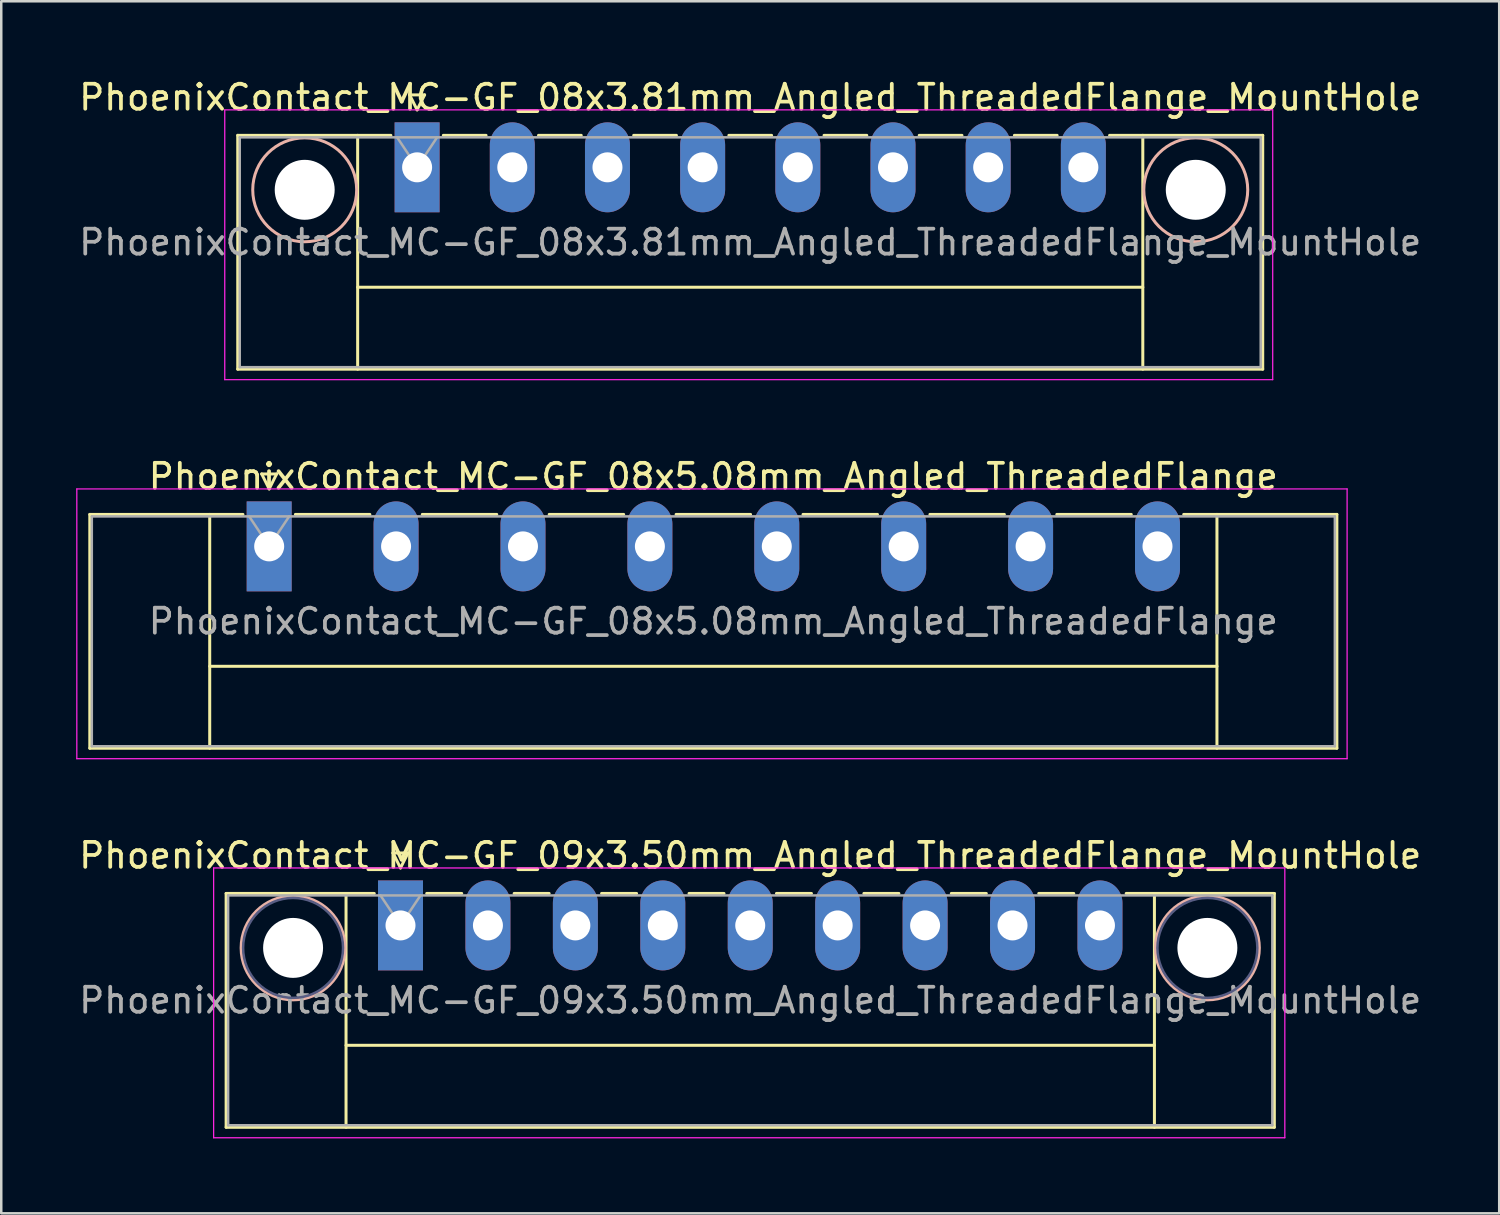
<source format=kicad_pcb>
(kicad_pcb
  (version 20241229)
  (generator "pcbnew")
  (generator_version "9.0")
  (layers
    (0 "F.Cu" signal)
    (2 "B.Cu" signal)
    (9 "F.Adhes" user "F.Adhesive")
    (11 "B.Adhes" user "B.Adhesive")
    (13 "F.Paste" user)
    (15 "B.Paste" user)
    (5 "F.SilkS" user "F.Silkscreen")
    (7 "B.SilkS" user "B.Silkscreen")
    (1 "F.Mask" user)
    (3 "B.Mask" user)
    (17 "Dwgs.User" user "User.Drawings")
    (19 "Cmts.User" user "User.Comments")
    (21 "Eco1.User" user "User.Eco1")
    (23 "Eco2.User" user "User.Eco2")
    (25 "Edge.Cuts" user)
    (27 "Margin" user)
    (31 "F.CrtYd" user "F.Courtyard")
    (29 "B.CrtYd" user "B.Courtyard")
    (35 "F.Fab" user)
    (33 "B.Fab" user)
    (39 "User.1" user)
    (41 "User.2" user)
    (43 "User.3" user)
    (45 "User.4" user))
  (footprint "PhoenixContact_MC-GF_08x3.81mm_Angled_ThreadedFlange_MountHole"
    (layer "F.Cu")
    (at 13.647 3.648)
    (property "Reference" "PhoenixContact_MC-GF_08x3.81mm_Angled_ThreadedFlange_MountHole" (at 13.335 -2.8 0) (layer "F.SilkS") (effects (font (size 1 1) (thickness 0.15))))
    (attr through_hole)
    (fp_line (start -7.18 -1.28) (end -7.18 8.08) (stroke (width 0.12) (type solid)) (layer "F.SilkS"))
    (fp_line (start -7.18 -1.28) (end -1.05 -1.28) (stroke (width 0.12) (type solid)) (layer "F.SilkS"))
    (fp_line (start -7.18 8.08) (end 33.85 8.08) (stroke (width 0.12) (type solid)) (layer "F.SilkS"))
    (fp_line (start -2.38 -1.28) (end -2.38 8.08) (stroke (width 0.12) (type solid)) (layer "F.SilkS"))
    (fp_line (start -2.38 4.8) (end 29.05 4.8) (stroke (width 0.12) (type solid)) (layer "F.SilkS"))
    (fp_line (start -0.3 -2.9) (end 0.3 -2.9) (stroke (width 0.12) (type solid)) (layer "F.SilkS"))
    (fp_line (start 0 -2.3) (end -0.3 -2.9) (stroke (width 0.12) (type solid)) (layer "F.SilkS"))
    (fp_line (start 0.3 -2.9) (end 0 -2.3) (stroke (width 0.12) (type solid)) (layer "F.SilkS"))
    (fp_line (start 1.05 -1.28) (end 2.76 -1.28) (stroke (width 0.12) (type solid)) (layer "F.SilkS"))
    (fp_line (start 4.86 -1.28) (end 6.57 -1.28) (stroke (width 0.12) (type solid)) (layer "F.SilkS"))
    (fp_line (start 8.67 -1.28) (end 10.38 -1.28) (stroke (width 0.12) (type solid)) (layer "F.SilkS"))
    (fp_line (start 12.48 -1.28) (end 14.19 -1.28) (stroke (width 0.12) (type solid)) (layer "F.SilkS"))
    (fp_line (start 16.29 -1.28) (end 18 -1.28) (stroke (width 0.12) (type solid)) (layer "F.SilkS"))
    (fp_line (start 20.1 -1.28) (end 21.81 -1.28) (stroke (width 0.12) (type solid)) (layer "F.SilkS"))
    (fp_line (start 23.91 -1.28) (end 25.62 -1.28) (stroke (width 0.12) (type solid)) (layer "F.SilkS"))
    (fp_line (start 29.05 -1.28) (end 29.05 8.08) (stroke (width 0.12) (type solid)) (layer "F.SilkS"))
    (fp_line (start 33.85 -1.28) (end 27.72 -1.28) (stroke (width 0.12) (type solid)) (layer "F.SilkS"))
    (fp_line (start 33.85 8.08) (end 33.85 -1.28) (stroke (width 0.12) (type solid)) (layer "F.SilkS"))
    (fp_circle (center -4.5 0.9) (end -2.42 0.9) (stroke (width 0.12) (type solid)) (fill no) (layer "B.SilkS"))
    (fp_circle (center 31.17 0.9) (end 33.25 0.9) (stroke (width 0.12) (type solid)) (fill no) (layer "B.SilkS"))
    (fp_line (start -7.7 -2.3) (end -7.7 8.5) (stroke (width 0.05) (type solid)) (layer "F.CrtYd"))
    (fp_line (start -7.7 8.5) (end 34.25 8.5) (stroke (width 0.05) (type solid)) (layer "F.CrtYd"))
    (fp_line (start 34.25 -2.3) (end -7.7 -2.3) (stroke (width 0.05) (type solid)) (layer "F.CrtYd"))
    (fp_line (start 34.25 8.5) (end 34.25 -2.3) (stroke (width 0.05) (type solid)) (layer "F.CrtYd"))
    (fp_line (start -7.1 -1.2) (end -7.1 8) (stroke (width 0.1) (type solid)) (layer "F.Fab"))
    (fp_line (start -7.1 8) (end 33.77 8) (stroke (width 0.1) (type solid)) (layer "F.Fab"))
    (fp_line (start 0 0) (end -0.8 -1.2) (stroke (width 0.1) (type solid)) (layer "F.Fab"))
    (fp_line (start 0.8 -1.2) (end 0 0) (stroke (width 0.1) (type solid)) (layer "F.Fab"))
    (fp_line (start 33.77 -1.2) (end -7.1 -1.2) (stroke (width 0.1) (type solid)) (layer "F.Fab"))
    (fp_line (start 33.77 8) (end 33.77 -1.2) (stroke (width 0.1) (type solid)) (layer "F.Fab"))
    (fp_text user "${REFERENCE}" (at 13.335 3 0) (layer "F.Fab") (effects (font (size 1 1) (thickness 0.15))))
    (pad "" np_thru_hole circle (at -4.5 0.9) (size 2.4 2.4) (drill 2.4) (layers "*.Cu" "*.Mask"))
    (pad "" np_thru_hole circle (at 31.17 0.9) (size 2.4 2.4) (drill 2.4) (layers "*.Cu" "*.Mask"))
    (pad "1" thru_hole rect (at 0 0) (size 1.8 3.6) (drill 1.2) (layers "*.Cu" "*.Mask"))
    (pad "2" thru_hole oval (at 3.81 0) (size 1.8 3.6) (drill 1.2) (layers "*.Cu" "*.Mask"))
    (pad "3" thru_hole oval (at 7.62 0) (size 1.8 3.6) (drill 1.2) (layers "*.Cu" "*.Mask"))
    (pad "4" thru_hole oval (at 11.43 0) (size 1.8 3.6) (drill 1.2) (layers "*.Cu" "*.Mask"))
    (pad "5" thru_hole oval (at 15.24 0) (size 1.8 3.6) (drill 1.2) (layers "*.Cu" "*.Mask"))
    (pad "6" thru_hole oval (at 19.05 0) (size 1.8 3.6) (drill 1.2) (layers "*.Cu" "*.Mask"))
    (pad "7" thru_hole oval (at 22.86 0) (size 1.8 3.6) (drill 1.2) (layers "*.Cu" "*.Mask"))
    (pad "8" thru_hole oval (at 26.67 0) (size 1.8 3.6) (drill 1.2) (layers "*.Cu" "*.Mask")))
  (footprint "PhoenixContact_MC-GF_08x5.08mm_Angled_ThreadedFlange"
    (layer "F.Cu")
    (at 7.725 18.822)
    (property "Reference" "PhoenixContact_MC-GF_08x5.08mm_Angled_ThreadedFlange" (at 17.78 -2.8 0) (layer "F.SilkS") (effects (font (size 1 1) (thickness 0.15))))
    (attr through_hole)
    (fp_line (start -7.18 -1.28) (end -7.18 8.08) (stroke (width 0.12) (type solid)) (layer "F.SilkS"))
    (fp_line (start -7.18 -1.28) (end -1.05 -1.28) (stroke (width 0.12) (type solid)) (layer "F.SilkS"))
    (fp_line (start -7.18 8.08) (end 42.74 8.08) (stroke (width 0.12) (type solid)) (layer "F.SilkS"))
    (fp_line (start -2.38 -1.28) (end -2.38 8.08) (stroke (width 0.12) (type solid)) (layer "F.SilkS"))
    (fp_line (start -2.38 4.8) (end 37.94 4.8) (stroke (width 0.12) (type solid)) (layer "F.SilkS"))
    (fp_line (start -0.3 -2.9) (end 0.3 -2.9) (stroke (width 0.12) (type solid)) (layer "F.SilkS"))
    (fp_line (start 0 -2.3) (end -0.3 -2.9) (stroke (width 0.12) (type solid)) (layer "F.SilkS"))
    (fp_line (start 0.3 -2.9) (end 0 -2.3) (stroke (width 0.12) (type solid)) (layer "F.SilkS"))
    (fp_line (start 1.05 -1.28) (end 4.03 -1.28) (stroke (width 0.12) (type solid)) (layer "F.SilkS"))
    (fp_line (start 6.13 -1.28) (end 9.11 -1.28) (stroke (width 0.12) (type solid)) (layer "F.SilkS"))
    (fp_line (start 11.21 -1.28) (end 14.19 -1.28) (stroke (width 0.12) (type solid)) (layer "F.SilkS"))
    (fp_line (start 16.29 -1.28) (end 19.27 -1.28) (stroke (width 0.12) (type solid)) (layer "F.SilkS"))
    (fp_line (start 21.37 -1.28) (end 24.35 -1.28) (stroke (width 0.12) (type solid)) (layer "F.SilkS"))
    (fp_line (start 26.45 -1.28) (end 29.43 -1.28) (stroke (width 0.12) (type solid)) (layer "F.SilkS"))
    (fp_line (start 31.53 -1.28) (end 34.51 -1.28) (stroke (width 0.12) (type solid)) (layer "F.SilkS"))
    (fp_line (start 37.94 -1.28) (end 37.94 8.08) (stroke (width 0.12) (type solid)) (layer "F.SilkS"))
    (fp_line (start 42.74 -1.28) (end 36.61 -1.28) (stroke (width 0.12) (type solid)) (layer "F.SilkS"))
    (fp_line (start 42.74 8.08) (end 42.74 -1.28) (stroke (width 0.12) (type solid)) (layer "F.SilkS"))
    (fp_line (start -7.7 -2.3) (end -7.7 8.5) (stroke (width 0.05) (type solid)) (layer "F.CrtYd"))
    (fp_line (start -7.7 8.5) (end 43.15 8.5) (stroke (width 0.05) (type solid)) (layer "F.CrtYd"))
    (fp_line (start 43.15 -2.3) (end -7.7 -2.3) (stroke (width 0.05) (type solid)) (layer "F.CrtYd"))
    (fp_line (start 43.15 8.5) (end 43.15 -2.3) (stroke (width 0.05) (type solid)) (layer "F.CrtYd"))
    (fp_line (start -7.1 -1.2) (end -7.1 8) (stroke (width 0.1) (type solid)) (layer "F.Fab"))
    (fp_line (start -7.1 8) (end 42.66 8) (stroke (width 0.1) (type solid)) (layer "F.Fab"))
    (fp_line (start 0 0) (end -0.8 -1.2) (stroke (width 0.1) (type solid)) (layer "F.Fab"))
    (fp_line (start 0.8 -1.2) (end 0 0) (stroke (width 0.1) (type solid)) (layer "F.Fab"))
    (fp_line (start 42.66 -1.2) (end -7.1 -1.2) (stroke (width 0.1) (type solid)) (layer "F.Fab"))
    (fp_line (start 42.66 8) (end 42.66 -1.2) (stroke (width 0.1) (type solid)) (layer "F.Fab"))
    (fp_text user "${REFERENCE}" (at 17.78 3 0) (layer "F.Fab") (effects (font (size 1 1) (thickness 0.15))))
    (pad "1" thru_hole rect (at 0 0) (size 1.8 3.6) (drill 1.2) (layers "*.Cu" "*.Mask"))
    (pad "2" thru_hole oval (at 5.08 0) (size 1.8 3.6) (drill 1.2) (layers "*.Cu" "*.Mask"))
    (pad "3" thru_hole oval (at 10.16 0) (size 1.8 3.6) (drill 1.2) (layers "*.Cu" "*.Mask"))
    (pad "4" thru_hole oval (at 15.24 0) (size 1.8 3.6) (drill 1.2) (layers "*.Cu" "*.Mask"))
    (pad "5" thru_hole oval (at 20.32 0) (size 1.8 3.6) (drill 1.2) (layers "*.Cu" "*.Mask"))
    (pad "6" thru_hole oval (at 25.4 0) (size 1.8 3.6) (drill 1.2) (layers "*.Cu" "*.Mask"))
    (pad "7" thru_hole oval (at 30.48 0) (size 1.8 3.6) (drill 1.2) (layers "*.Cu" "*.Mask"))
    (pad "8" thru_hole oval (at 35.56 0) (size 1.8 3.6) (drill 1.2) (layers "*.Cu" "*.Mask")))
  (footprint "PhoenixContact_MC-GF_09x3.50mm_Angled_ThreadedFlange_MountHole"
    (layer "F.Cu")
    (at 12.982 33.995)
    (property "Reference" "PhoenixContact_MC-GF_09x3.50mm_Angled_ThreadedFlange_MountHole" (at 14 -2.8 0) (layer "F.SilkS") (effects (font (size 1 1) (thickness 0.15))))
    (attr through_hole)
    (fp_line (start -6.98 -1.28) (end -6.98 8.08) (stroke (width 0.12) (type solid)) (layer "F.SilkS"))
    (fp_line (start -6.98 -1.28) (end -1.05 -1.28) (stroke (width 0.12) (type solid)) (layer "F.SilkS"))
    (fp_line (start -6.98 8.08) (end 34.98 8.08) (stroke (width 0.12) (type solid)) (layer "F.SilkS"))
    (fp_line (start -2.18 -1.28) (end -2.18 8.08) (stroke (width 0.12) (type solid)) (layer "F.SilkS"))
    (fp_line (start -2.18 4.8) (end 30.18 4.8) (stroke (width 0.12) (type solid)) (layer "F.SilkS"))
    (fp_line (start -0.3 -2.9) (end 0.3 -2.9) (stroke (width 0.12) (type solid)) (layer "F.SilkS"))
    (fp_line (start 0 -2.3) (end -0.3 -2.9) (stroke (width 0.12) (type solid)) (layer "F.SilkS"))
    (fp_line (start 0.3 -2.9) (end 0 -2.3) (stroke (width 0.12) (type solid)) (layer "F.SilkS"))
    (fp_line (start 1.05 -1.28) (end 2.45 -1.28) (stroke (width 0.12) (type solid)) (layer "F.SilkS"))
    (fp_line (start 4.55 -1.28) (end 5.95 -1.28) (stroke (width 0.12) (type solid)) (layer "F.SilkS"))
    (fp_line (start 8.05 -1.28) (end 9.45 -1.28) (stroke (width 0.12) (type solid)) (layer "F.SilkS"))
    (fp_line (start 11.55 -1.28) (end 12.95 -1.28) (stroke (width 0.12) (type solid)) (layer "F.SilkS"))
    (fp_line (start 15.05 -1.28) (end 16.45 -1.28) (stroke (width 0.12) (type solid)) (layer "F.SilkS"))
    (fp_line (start 18.55 -1.28) (end 19.95 -1.28) (stroke (width 0.12) (type solid)) (layer "F.SilkS"))
    (fp_line (start 22.05 -1.28) (end 23.45 -1.28) (stroke (width 0.12) (type solid)) (layer "F.SilkS"))
    (fp_line (start 25.55 -1.28) (end 26.95 -1.28) (stroke (width 0.12) (type solid)) (layer "F.SilkS"))
    (fp_line (start 30.18 -1.28) (end 30.18 8.08) (stroke (width 0.12) (type solid)) (layer "F.SilkS"))
    (fp_line (start 34.98 -1.28) (end 29.05 -1.28) (stroke (width 0.12) (type solid)) (layer "F.SilkS"))
    (fp_line (start 34.98 8.08) (end 34.98 -1.28) (stroke (width 0.12) (type solid)) (layer "F.SilkS"))
    (fp_circle (center -4.3 0.9) (end -2.22 0.9) (stroke (width 0.12) (type solid)) (fill no) (layer "B.SilkS"))
    (fp_circle (center 32.3 0.9) (end 34.38 0.9) (stroke (width 0.12) (type solid)) (fill no) (layer "B.SilkS"))
    (fp_line (start -7.48 -2.3) (end -7.48 8.5) (stroke (width 0.05) (type solid)) (layer "F.CrtYd"))
    (fp_line (start -7.48 8.5) (end 35.4 8.5) (stroke (width 0.05) (type solid)) (layer "F.CrtYd"))
    (fp_line (start 35.4 -2.3) (end -7.48 -2.3) (stroke (width 0.05) (type solid)) (layer "F.CrtYd"))
    (fp_line (start 35.4 8.5) (end 35.4 -2.3) (stroke (width 0.05) (type solid)) (layer "F.CrtYd"))
    (fp_circle (center -4.3 0.9) (end -2.3 0.9) (stroke (width 0.1) (type solid)) (fill no) (layer "B.Fab"))
    (fp_circle (center 32.3 0.9) (end 34.3 0.9) (stroke (width 0.1) (type solid)) (fill no) (layer "B.Fab"))
    (fp_line (start -6.9 -1.2) (end -6.9 8) (stroke (width 0.1) (type solid)) (layer "F.Fab"))
    (fp_line (start -6.9 8) (end 34.9 8) (stroke (width 0.1) (type solid)) (layer "F.Fab"))
    (fp_line (start 0 0) (end -0.8 -1.2) (stroke (width 0.1) (type solid)) (layer "F.Fab"))
    (fp_line (start 0.8 -1.2) (end 0 0) (stroke (width 0.1) (type solid)) (layer "F.Fab"))
    (fp_line (start 34.9 -1.2) (end -6.9 -1.2) (stroke (width 0.1) (type solid)) (layer "F.Fab"))
    (fp_line (start 34.9 8) (end 34.9 -1.2) (stroke (width 0.1) (type solid)) (layer "F.Fab"))
    (fp_text user "${REFERENCE}" (at 14 3 0) (layer "F.Fab") (effects (font (size 1 1) (thickness 0.15))))
    (pad "" np_thru_hole circle (at -4.3 0.9) (size 2.4 2.4) (drill 2.4) (layers "*.Cu" "*.Mask"))
    (pad "" np_thru_hole circle (at 32.3 0.9) (size 2.4 2.4) (drill 2.4) (layers "*.Cu" "*.Mask"))
    (pad "1" thru_hole rect (at 0 0) (size 1.8 3.6) (drill 1.2) (layers "*.Cu" "*.Mask"))
    (pad "2" thru_hole oval (at 3.5 0) (size 1.8 3.6) (drill 1.2) (layers "*.Cu" "*.Mask"))
    (pad "3" thru_hole oval (at 7 0) (size 1.8 3.6) (drill 1.2) (layers "*.Cu" "*.Mask"))
    (pad "4" thru_hole oval (at 10.5 0) (size 1.8 3.6) (drill 1.2) (layers "*.Cu" "*.Mask"))
    (pad "5" thru_hole oval (at 14 0) (size 1.8 3.6) (drill 1.2) (layers "*.Cu" "*.Mask"))
    (pad "6" thru_hole oval (at 17.5 0) (size 1.8 3.6) (drill 1.2) (layers "*.Cu" "*.Mask"))
    (pad "7" thru_hole oval (at 21 0) (size 1.8 3.6) (drill 1.2) (layers "*.Cu" "*.Mask"))
    (pad "8" thru_hole oval (at 24.5 0) (size 1.8 3.6) (drill 1.2) (layers "*.Cu" "*.Mask"))
    (pad "9" thru_hole oval (at 28 0) (size 1.8 3.6) (drill 1.2) (layers "*.Cu" "*.Mask")))
  (gr_rect
    (start -3 -3)
    (end 56.964 45.52)
    (stroke (width 0.1) (type default))
    (fill no)
    (layer "Edge.Cuts")))
</source>
